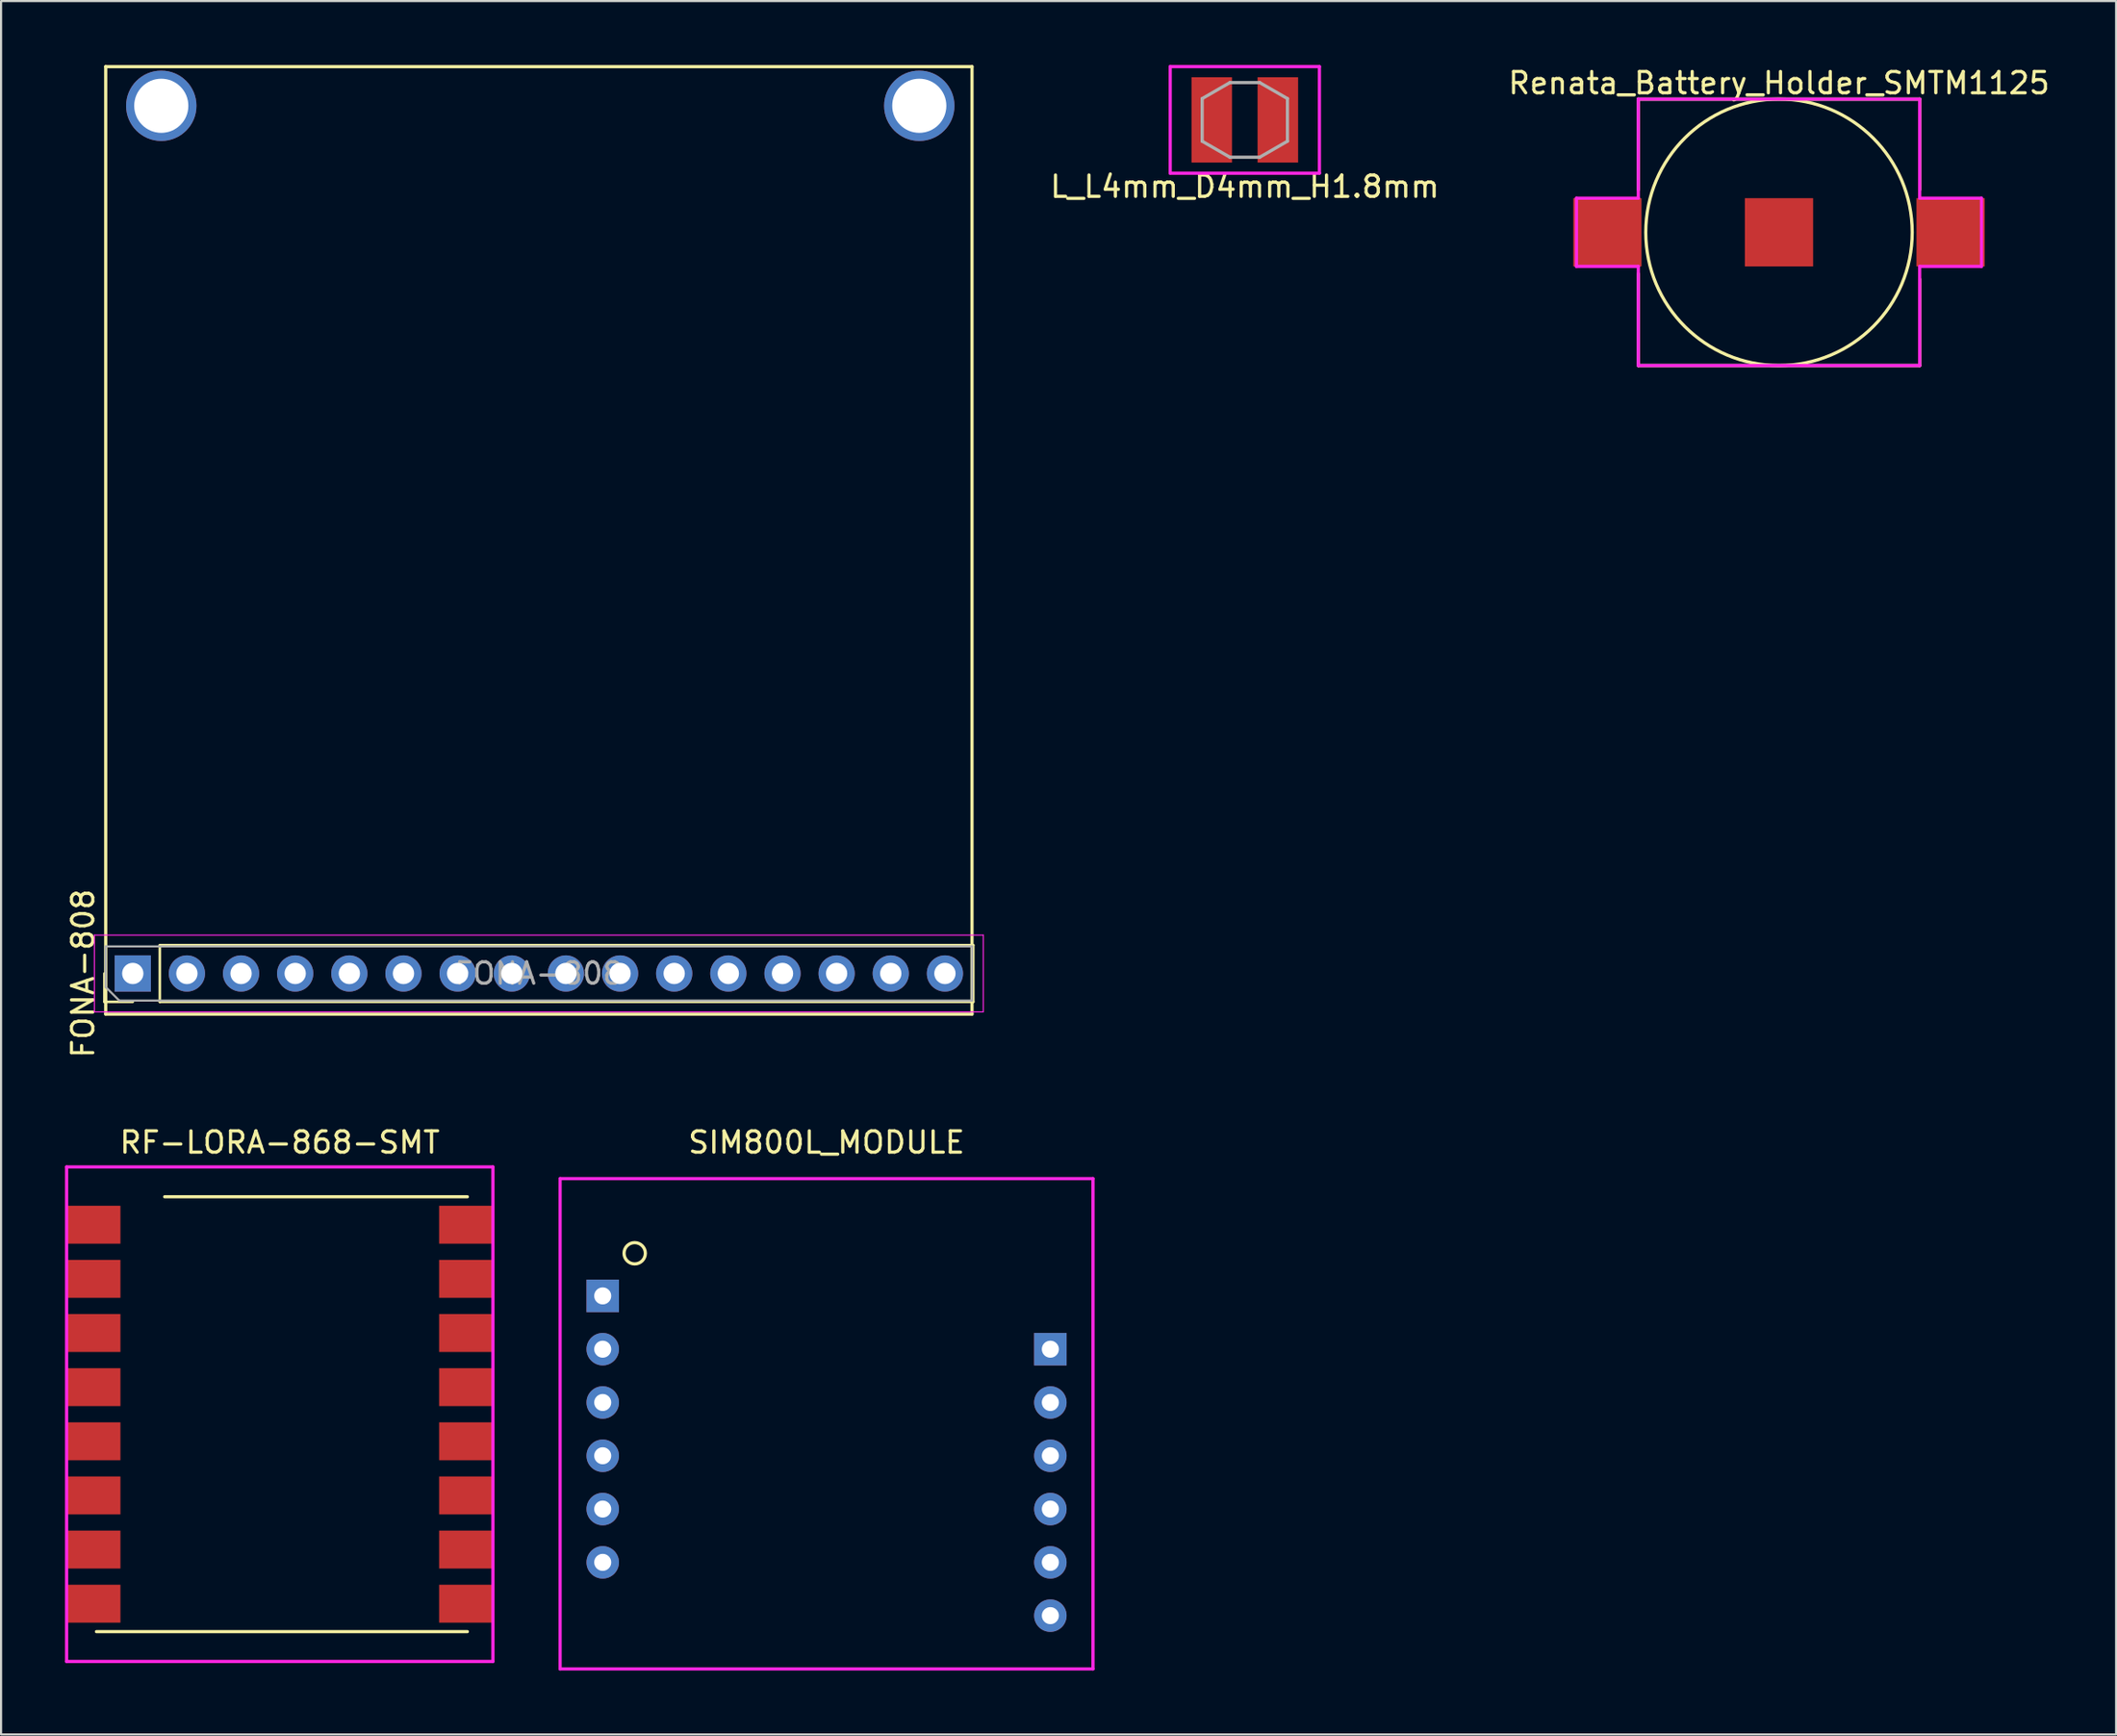
<source format=kicad_pcb>
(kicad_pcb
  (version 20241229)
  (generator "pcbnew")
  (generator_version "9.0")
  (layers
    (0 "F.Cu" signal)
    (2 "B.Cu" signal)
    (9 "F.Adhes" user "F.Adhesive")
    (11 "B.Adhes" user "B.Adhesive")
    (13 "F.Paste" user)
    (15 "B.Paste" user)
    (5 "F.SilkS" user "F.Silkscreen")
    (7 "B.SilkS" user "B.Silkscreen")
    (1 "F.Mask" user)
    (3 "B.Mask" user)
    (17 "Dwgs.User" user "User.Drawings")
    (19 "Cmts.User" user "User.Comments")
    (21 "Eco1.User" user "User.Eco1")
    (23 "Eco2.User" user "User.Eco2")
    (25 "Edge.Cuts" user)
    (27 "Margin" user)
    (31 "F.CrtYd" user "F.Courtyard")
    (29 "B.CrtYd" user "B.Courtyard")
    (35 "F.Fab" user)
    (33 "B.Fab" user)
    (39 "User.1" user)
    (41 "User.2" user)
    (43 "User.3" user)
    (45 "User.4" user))
  (footprint "Renata_Battery_Holder_SMTM1125"
    (layer "F.Cu")
    (at 80.407 7.848)
    (property "Reference" "Renata_Battery_Holder_SMTM1125" (at 0 -7 0) (layer "F.SilkS") (effects (font (size 1 1) (thickness 0.15))))
    (attr smd)
    (fp_line (start -6.6 -6.25) (end -6.6 -2) (stroke (width 0.15) (type solid)) (layer "F.SilkS"))
    (fp_line (start -6.6 1.95) (end -6.6 6.25) (stroke (width 0.15) (type solid)) (layer "F.SilkS"))
    (fp_line (start -6.6 6.25) (end 6.6 6.25) (stroke (width 0.15) (type solid)) (layer "F.SilkS"))
    (fp_line (start 6.6 -6.25) (end -6.6 -6.25) (stroke (width 0.15) (type solid)) (layer "F.SilkS"))
    (fp_line (start 6.6 -6.25) (end 6.6 -2) (stroke (width 0.15) (type solid)) (layer "F.SilkS"))
    (fp_line (start 6.6 6.25) (end 6.6 2.2) (stroke (width 0.15) (type solid)) (layer "F.SilkS"))
    (fp_circle (center 0 0) (end 6.25 0) (stroke (width 0.15) (type solid)) (fill no) (layer "F.SilkS"))
    (fp_line (start -9.5 -1.6) (end -6.6 -1.6) (stroke (width 0.15) (type solid)) (layer "F.CrtYd"))
    (fp_line (start -9.5 1.6) (end -9.5 -1.6) (stroke (width 0.15) (type solid)) (layer "F.CrtYd"))
    (fp_line (start -6.6 -6.25) (end 6.6 -6.25) (stroke (width 0.15) (type solid)) (layer "F.CrtYd"))
    (fp_line (start -6.6 -1.6) (end -6.6 -6.25) (stroke (width 0.15) (type solid)) (layer "F.CrtYd"))
    (fp_line (start -6.6 1.6) (end -9.5 1.6) (stroke (width 0.15) (type solid)) (layer "F.CrtYd"))
    (fp_line (start -6.6 6.25) (end -6.6 1.6) (stroke (width 0.15) (type solid)) (layer "F.CrtYd"))
    (fp_line (start 6.6 -6.25) (end 6.6 -1.6) (stroke (width 0.15) (type solid)) (layer "F.CrtYd"))
    (fp_line (start 6.6 -1.6) (end 9.5 -1.6) (stroke (width 0.15) (type solid)) (layer "F.CrtYd"))
    (fp_line (start 6.6 1.6) (end 6.6 6.25) (stroke (width 0.15) (type solid)) (layer "F.CrtYd"))
    (fp_line (start 6.6 6.25) (end -6.6 6.25) (stroke (width 0.15) (type solid)) (layer "F.CrtYd"))
    (fp_line (start 9.5 -1.6) (end 9.5 1.6) (stroke (width 0.15) (type solid)) (layer "F.CrtYd"))
    (fp_line (start 9.5 1.6) (end 6.6 1.6) (stroke (width 0.15) (type solid)) (layer "F.CrtYd"))
    (pad "1" smd rect (at -8.05 0) (size 3.2 3.2) (layers "F.Cu" "F.Mask" "F.Paste"))
    (pad "1" smd rect (at 8.05 0) (size 3.2 3.2) (layers "F.Cu" "F.Mask" "F.Paste"))
    (pad "2" smd rect (at 0 0) (size 3.2 3.2) (layers "F.Cu" "F.Mask" "F.Paste")))
  (footprint "L_L4mm_D4mm_H1.8mm"
    (layer "F.Cu")
    (at 55.347 2.575)
    (property "Reference" "L_L4mm_D4mm_H1.8mm" (at 0 3.13 0) (layer "F.SilkS") (effects (font (size 1 1) (thickness 0.15))))
    (attr smd)
    (fp_line (start -3.5 -2.5) (end 3.5 -2.5) (stroke (width 0.15) (type solid)) (layer "F.CrtYd"))
    (fp_line (start -3.5 2.5) (end -3.5 -2.5) (stroke (width 0.15) (type solid)) (layer "F.CrtYd"))
    (fp_line (start 3.5 -2.5) (end 3.5 2.5) (stroke (width 0.15) (type solid)) (layer "F.CrtYd"))
    (fp_line (start 3.5 2.5) (end -3.5 2.5) (stroke (width 0.15) (type solid)) (layer "F.CrtYd"))
    (fp_line (start -2 -1) (end -0.7 -1.75) (stroke (width 0.15) (type solid)) (layer "F.Fab"))
    (fp_line (start -2 1) (end -2 -1) (stroke (width 0.15) (type solid)) (layer "F.Fab"))
    (fp_line (start -0.7 -1.75) (end 0.7 -1.75) (stroke (width 0.15) (type solid)) (layer "F.Fab"))
    (fp_line (start -0.7 1.75) (end -2 1) (stroke (width 0.15) (type solid)) (layer "F.Fab"))
    (fp_line (start 0.7 -1.75) (end 2 -1) (stroke (width 0.15) (type solid)) (layer "F.Fab"))
    (fp_line (start 0.7 1.75) (end -0.7 1.75) (stroke (width 0.15) (type solid)) (layer "F.Fab"))
    (fp_line (start 2 -1) (end 2 1) (stroke (width 0.15) (type solid)) (layer "F.Fab"))
    (fp_line (start 2 1) (end 0.7 1.75) (stroke (width 0.15) (type solid)) (layer "F.Fab"))
    (pad "1" smd rect (at 1.55 0) (size 1.9 4) (layers "F.Cu" "F.Mask" "F.Paste"))
    (pad "2" smd rect (at -1.55 0) (size 1.9 4) (layers "F.Cu" "F.Mask" "F.Paste")))
  (footprint "SIM800L_MODULE"
    (layer "F.Cu")
    (at 35.725 63.746)
    (property "Reference" "SIM800L_MODULE" (at 0 -13.2 0) (layer "F.SilkS") (effects (font (size 1 1) (thickness 0.15))))
    (attr through_hole)
    (fp_circle (center -9 -8) (end -9 -8.5) (stroke (width 0.15) (type solid)) (fill no) (layer "F.SilkS"))
    (fp_line (start -12.5 -11.5) (end 12.5 -11.5) (stroke (width 0.15) (type solid)) (layer "F.CrtYd"))
    (fp_line (start -12.5 11.5) (end -12.5 -11.5) (stroke (width 0.15) (type solid)) (layer "F.CrtYd"))
    (fp_line (start -12.5 11.5) (end 12.5 11.5) (stroke (width 0.15) (type solid)) (layer "F.CrtYd"))
    (fp_line (start 12.5 -11.5) (end 12.5 11.5) (stroke (width 0.15) (type solid)) (layer "F.CrtYd"))
    (pad "1" thru_hole rect (at -10.5 -6) (size 1.524 1.524) (drill 0.8) (layers "*.Cu" "*.Mask"))
    (pad "2" thru_hole circle (at -10.5 -3.5) (size 1.524 1.524) (drill 0.8) (layers "*.Cu" "*.Mask"))
    (pad "3" thru_hole circle (at -10.5 -1) (size 1.524 1.524) (drill 0.8) (layers "*.Cu" "*.Mask"))
    (pad "4" thru_hole circle (at -10.5 1.5) (size 1.524 1.524) (drill 0.8) (layers "*.Cu" "*.Mask"))
    (pad "5" thru_hole circle (at -10.5 4) (size 1.524 1.524) (drill 0.8) (layers "*.Cu" "*.Mask"))
    (pad "6" thru_hole circle (at -10.5 6.5) (size 1.524 1.524) (drill 0.8) (layers "*.Cu" "*.Mask"))
    (pad "7" thru_hole circle (at 10.5 9) (size 1.524 1.524) (drill 0.8) (layers "*.Cu" "*.Mask"))
    (pad "8" thru_hole circle (at 10.5 6.5) (size 1.524 1.524) (drill 0.8) (layers "*.Cu" "*.Mask"))
    (pad "9" thru_hole circle (at 10.5 4) (size 1.524 1.524) (drill 0.8) (layers "*.Cu" "*.Mask"))
    (pad "10" thru_hole circle (at 10.5 1.5) (size 1.524 1.524) (drill 0.8) (layers "*.Cu" "*.Mask"))
    (pad "11" thru_hole circle (at 10.5 -1) (size 1.524 1.524) (drill 0.8) (layers "*.Cu" "*.Mask"))
    (pad "12" thru_hole rect (at 10.5 -3.5) (size 1.524 1.524) (drill 0.8) (layers "*.Cu" "*.Mask")))
  (footprint "RF-LORA-868-SMT"
    (layer "F.Cu")
    (at 10.075 63.296)
    (property "Reference" "RF-LORA-868-SMT" (at 0 -12.75 0) (layer "F.SilkS") (effects (font (size 1 1) (thickness 0.15))))
    (attr smd)
    (fp_line (start -8.6 10.2) (end 8.8 10.2) (stroke (width 0.15) (type solid)) (layer "F.SilkS"))
    (fp_line (start -5.4 -10.2) (end 8.8 -10.2) (stroke (width 0.15) (type solid)) (layer "F.SilkS"))
    (fp_line (start -10 -11.6) (end 10 -11.6) (stroke (width 0.15) (type solid)) (layer "F.CrtYd"))
    (fp_line (start -10 11.6) (end -10 -11.6) (stroke (width 0.15) (type solid)) (layer "F.CrtYd"))
    (fp_line (start 10 -11.6) (end 10 11.6) (stroke (width 0.15) (type solid)) (layer "F.CrtYd"))
    (fp_line (start 10 11.6) (end -10 11.6) (stroke (width 0.15) (type solid)) (layer "F.CrtYd"))
    (pad "1" smd rect (at -8.725 -8.89) (size 2.5 1.78) (layers "F.Cu" "F.Mask" "F.Paste"))
    (pad "2" smd rect (at -8.725 -6.35) (size 2.5 1.78) (layers "F.Cu" "F.Mask" "F.Paste"))
    (pad "3" smd rect (at -8.725 -3.81) (size 2.5 1.78) (layers "F.Cu" "F.Mask" "F.Paste"))
    (pad "4" smd rect (at -8.725 -1.27) (size 2.5 1.78) (layers "F.Cu" "F.Mask" "F.Paste"))
    (pad "5" smd rect (at -8.725 1.27) (size 2.5 1.78) (layers "F.Cu" "F.Mask" "F.Paste"))
    (pad "6" smd rect (at -8.725 3.81) (size 2.5 1.78) (layers "F.Cu" "F.Mask" "F.Paste"))
    (pad "7" smd rect (at -8.725 6.35) (size 2.5 1.78) (layers "F.Cu" "F.Mask" "F.Paste"))
    (pad "8" smd rect (at -8.725 8.89) (size 2.5 1.78) (layers "F.Cu" "F.Mask" "F.Paste"))
    (pad "9" smd rect (at 8.725 8.89) (size 2.5 1.78) (layers "F.Cu" "F.Mask" "F.Paste"))
    (pad "10" smd rect (at 8.725 6.35) (size 2.5 1.78) (layers "F.Cu" "F.Mask" "F.Paste"))
    (pad "11" smd rect (at 8.725 3.81) (size 2.5 1.78) (layers "F.Cu" "F.Mask" "F.Paste"))
    (pad "12" smd rect (at 8.725 1.27) (size 2.5 1.78) (layers "F.Cu" "F.Mask" "F.Paste"))
    (pad "13" smd rect (at 8.725 -1.27) (size 2.5 1.78) (layers "F.Cu" "F.Mask" "F.Paste"))
    (pad "14" smd rect (at 8.725 -3.81) (size 2.5 1.78) (layers "F.Cu" "F.Mask" "F.Paste"))
    (pad "15" smd rect (at 8.725 -6.35) (size 2.5 1.78) (layers "F.Cu" "F.Mask" "F.Paste"))
    (pad "16" smd rect (at 8.725 -8.89) (size 2.5 1.78) (layers "F.Cu" "F.Mask" "F.Paste")))
  (footprint "FONA-808"
    (layer "F.Cu")
    (at 22.296 22.233)
    (property "Reference" "FONA-808" (at -21.448 20.387 90) (layer "F.SilkS") (effects (font (size 1 1) (thickness 0.15))))
    (attr through_hole)
    (fp_line (start -20.448 21.718) (end -20.448 20.387) (stroke (width 0.12) (type solid)) (layer "F.SilkS"))
    (fp_line (start -20.387 -22.157) (end 20.253 -22.157) (stroke (width 0.15) (type solid)) (layer "F.SilkS"))
    (fp_line (start -20.387 22.293) (end -20.387 -22.157) (stroke (width 0.15) (type solid)) (layer "F.SilkS"))
    (fp_line (start -20.387 22.293) (end 20.253 22.293) (stroke (width 0.15) (type solid)) (layer "F.SilkS"))
    (fp_line (start -19.117 21.718) (end -20.448 21.718) (stroke (width 0.12) (type solid)) (layer "F.SilkS"))
    (fp_line (start -17.848 19.058) (end 20.312 19.058) (stroke (width 0.12) (type solid)) (layer "F.SilkS"))
    (fp_line (start -17.848 21.718) (end -17.848 19.058) (stroke (width 0.12) (type solid)) (layer "F.SilkS"))
    (fp_line (start -17.848 21.718) (end 20.312 21.718) (stroke (width 0.12) (type solid)) (layer "F.SilkS"))
    (fp_line (start 20.253 22.293) (end 20.253 -22.157) (stroke (width 0.15) (type solid)) (layer "F.SilkS"))
    (fp_line (start 20.312 21.718) (end 20.312 19.058) (stroke (width 0.12) (type solid)) (layer "F.SilkS"))
    (fp_line (start -20.918 18.587) (end -20.918 22.188) (stroke (width 0.05) (type solid)) (layer "F.CrtYd"))
    (fp_line (start -20.918 22.188) (end 20.782 22.188) (stroke (width 0.05) (type solid)) (layer "F.CrtYd"))
    (fp_line (start 20.782 18.587) (end -20.918 18.587) (stroke (width 0.05) (type solid)) (layer "F.CrtYd"))
    (fp_line (start 20.782 22.188) (end 20.782 18.587) (stroke (width 0.05) (type solid)) (layer "F.CrtYd"))
    (fp_line (start -20.387 19.117) (end 20.253 19.117) (stroke (width 0.1) (type solid)) (layer "F.Fab"))
    (fp_line (start -20.387 21.023) (end -20.387 19.117) (stroke (width 0.1) (type solid)) (layer "F.Fab"))
    (fp_line (start -19.753 21.657) (end -20.387 21.023) (stroke (width 0.1) (type solid)) (layer "F.Fab"))
    (fp_line (start 20.253 19.117) (end 20.253 21.657) (stroke (width 0.1) (type solid)) (layer "F.Fab"))
    (fp_line (start 20.253 21.657) (end -19.753 21.657) (stroke (width 0.1) (type solid)) (layer "F.Fab"))
    (fp_text user "${REFERENCE}" (at -0.068 20.387 180) (layer "F.Fab") (effects (font (size 1 1) (thickness 0.15))))
    (pad "" np_thru_hole circle (at -17.78 -20.32) (size 3.302 3.302) (drill 2.54) (layers "*.Cu" "*.Mask"))
    (pad "" np_thru_hole circle (at 17.78 -20.32) (size 3.302 3.302) (drill 2.54) (layers "*.Cu" "*.Mask"))
    (pad "1" thru_hole rect (at -19.117 20.387 90) (size 1.7 1.7) (drill 1) (layers "*.Cu" "*.Mask"))
    (pad "2" thru_hole oval (at -16.578 20.387 90) (size 1.7 1.7) (drill 1) (layers "*.Cu" "*.Mask"))
    (pad "3" thru_hole oval (at -14.037 20.387 90) (size 1.7 1.7) (drill 1) (layers "*.Cu" "*.Mask"))
    (pad "4" thru_hole oval (at -11.498 20.387 90) (size 1.7 1.7) (drill 1) (layers "*.Cu" "*.Mask"))
    (pad "5" thru_hole oval (at -8.957 20.387 90) (size 1.7 1.7) (drill 1) (layers "*.Cu" "*.Mask"))
    (pad "6" thru_hole oval (at -6.418 20.387 90) (size 1.7 1.7) (drill 1) (layers "*.Cu" "*.Mask"))
    (pad "7" thru_hole oval (at -3.877 20.387 90) (size 1.7 1.7) (drill 1) (layers "*.Cu" "*.Mask"))
    (pad "8" thru_hole oval (at -1.337 20.387 90) (size 1.7 1.7) (drill 1) (layers "*.Cu" "*.Mask"))
    (pad "9" thru_hole oval (at 1.202 20.387 90) (size 1.7 1.7) (drill 1) (layers "*.Cu" "*.Mask"))
    (pad "10" thru_hole oval (at 3.743 20.387 90) (size 1.7 1.7) (drill 1) (layers "*.Cu" "*.Mask"))
    (pad "11" thru_hole oval (at 6.282 20.387 90) (size 1.7 1.7) (drill 1) (layers "*.Cu" "*.Mask"))
    (pad "12" thru_hole oval (at 8.822 20.387 90) (size 1.7 1.7) (drill 1) (layers "*.Cu" "*.Mask"))
    (pad "13" thru_hole oval (at 11.363 20.387 90) (size 1.7 1.7) (drill 1) (layers "*.Cu" "*.Mask"))
    (pad "14" thru_hole oval (at 13.902 20.387 90) (size 1.7 1.7) (drill 1) (layers "*.Cu" "*.Mask"))
    (pad "15" thru_hole oval (at 16.442 20.387 90) (size 1.7 1.7) (drill 1) (layers "*.Cu" "*.Mask"))
    (pad "16" thru_hole oval (at 18.983 20.387 90) (size 1.7 1.7) (drill 1) (layers "*.Cu" "*.Mask")))
  (gr_rect
    (start -3 -3)
    (end 96.222 78.321)
    (stroke (width 0.1) (type default))
    (fill no)
    (layer "Edge.Cuts")))
</source>
